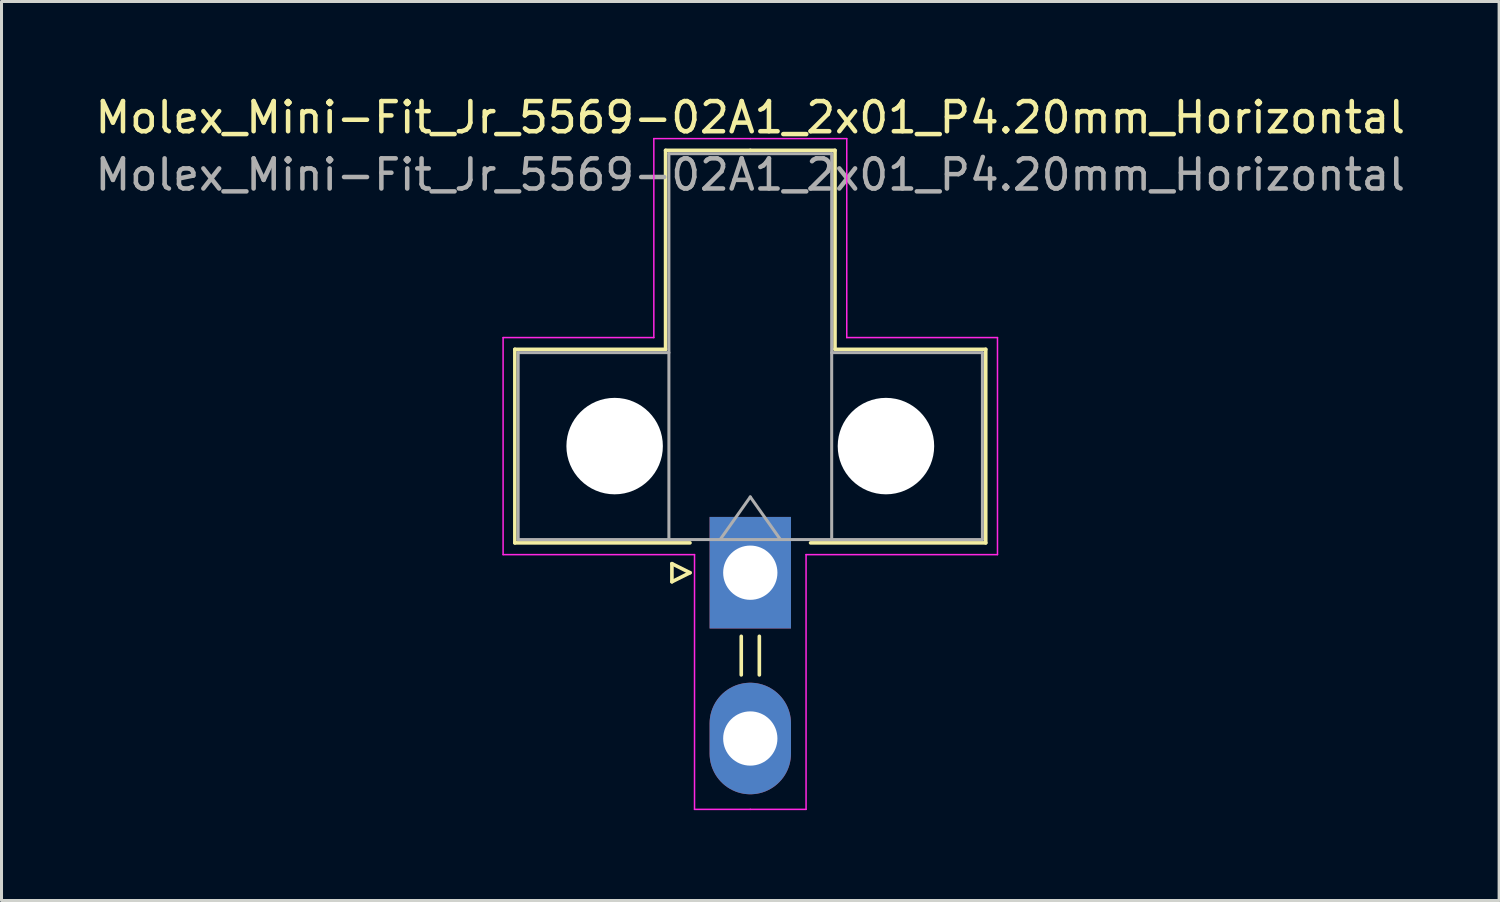
<source format=kicad_pcb>
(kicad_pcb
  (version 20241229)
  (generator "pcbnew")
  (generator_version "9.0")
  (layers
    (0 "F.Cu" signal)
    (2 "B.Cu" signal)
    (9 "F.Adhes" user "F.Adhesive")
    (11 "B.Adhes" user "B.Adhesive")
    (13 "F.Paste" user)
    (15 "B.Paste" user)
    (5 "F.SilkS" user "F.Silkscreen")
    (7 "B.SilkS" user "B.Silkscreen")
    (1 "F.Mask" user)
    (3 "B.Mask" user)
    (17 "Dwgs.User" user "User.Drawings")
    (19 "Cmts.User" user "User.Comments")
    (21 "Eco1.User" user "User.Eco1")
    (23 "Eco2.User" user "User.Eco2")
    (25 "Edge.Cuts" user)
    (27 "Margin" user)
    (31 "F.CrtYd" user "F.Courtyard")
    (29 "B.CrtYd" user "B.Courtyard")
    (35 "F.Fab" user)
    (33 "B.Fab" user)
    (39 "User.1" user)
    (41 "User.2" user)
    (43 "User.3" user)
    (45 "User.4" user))
  (footprint "Molex_Mini-Fit_Jr_5569-02A1_2x01_P4.20mm_Horizontal"
    (layer "F.Cu")
    (at 21.839 15.948)
    (property "Reference" "Molex_Mini-Fit_Jr_5569-02A1_2x01_P4.20mm_Horizontal" (at 0 -15.1 0) (layer "F.SilkS") (effects (font (size 1 1) (thickness 0.15))))
    (attr through_hole)
    (fp_line (start -7.81 -7.41) (end -7.81 -0.99) (stroke (width 0.12) (type solid)) (layer "F.SilkS"))
    (fp_line (start -7.81 -0.99) (end -2 -0.99) (stroke (width 0.12) (type solid)) (layer "F.SilkS"))
    (fp_line (start -2.81 -14.01) (end -2.81 -7.41) (stroke (width 0.12) (type solid)) (layer "F.SilkS"))
    (fp_line (start -2.81 -7.41) (end -7.81 -7.41) (stroke (width 0.12) (type solid)) (layer "F.SilkS"))
    (fp_line (start -2.6 -0.3) (end -2 0) (stroke (width 0.12) (type solid)) (layer "F.SilkS"))
    (fp_line (start -2.6 0.3) (end -2.6 -0.3) (stroke (width 0.12) (type solid)) (layer "F.SilkS"))
    (fp_line (start -2 0) (end -2.6 0.3) (stroke (width 0.12) (type solid)) (layer "F.SilkS"))
    (fp_line (start -0.3 2.11) (end -0.3 3.39) (stroke (width 0.12) (type solid)) (layer "F.SilkS"))
    (fp_line (start 0 -14.01) (end -2.81 -14.01) (stroke (width 0.12) (type solid)) (layer "F.SilkS"))
    (fp_line (start 0 -14.01) (end 2.81 -14.01) (stroke (width 0.12) (type solid)) (layer "F.SilkS"))
    (fp_line (start 0.3 2.11) (end 0.3 3.39) (stroke (width 0.12) (type solid)) (layer "F.SilkS"))
    (fp_line (start 2.81 -14.01) (end 2.81 -7.41) (stroke (width 0.12) (type solid)) (layer "F.SilkS"))
    (fp_line (start 2.81 -7.41) (end 7.81 -7.41) (stroke (width 0.12) (type solid)) (layer "F.SilkS"))
    (fp_line (start 7.81 -7.41) (end 7.81 -0.99) (stroke (width 0.12) (type solid)) (layer "F.SilkS"))
    (fp_line (start 7.81 -0.99) (end 2 -0.99) (stroke (width 0.12) (type solid)) (layer "F.SilkS"))
    (fp_line (start -8.2 -7.8) (end -8.2 -0.6) (stroke (width 0.05) (type solid)) (layer "F.CrtYd"))
    (fp_line (start -8.2 -0.6) (end -1.85 -0.6) (stroke (width 0.05) (type solid)) (layer "F.CrtYd"))
    (fp_line (start -3.2 -14.4) (end -3.2 -7.8) (stroke (width 0.05) (type solid)) (layer "F.CrtYd"))
    (fp_line (start -3.2 -7.8) (end -8.2 -7.8) (stroke (width 0.05) (type solid)) (layer "F.CrtYd"))
    (fp_line (start -1.85 -0.6) (end -1.85 7.85) (stroke (width 0.05) (type solid)) (layer "F.CrtYd"))
    (fp_line (start -1.85 7.85) (end 0 7.85) (stroke (width 0.05) (type solid)) (layer "F.CrtYd"))
    (fp_line (start 0 -14.4) (end -3.2 -14.4) (stroke (width 0.05) (type solid)) (layer "F.CrtYd"))
    (fp_line (start 0 -14.4) (end 3.2 -14.4) (stroke (width 0.05) (type solid)) (layer "F.CrtYd"))
    (fp_line (start 1.85 -0.6) (end 1.85 7.85) (stroke (width 0.05) (type solid)) (layer "F.CrtYd"))
    (fp_line (start 1.85 7.85) (end 0 7.85) (stroke (width 0.05) (type solid)) (layer "F.CrtYd"))
    (fp_line (start 3.2 -14.4) (end 3.2 -7.8) (stroke (width 0.05) (type solid)) (layer "F.CrtYd"))
    (fp_line (start 3.2 -7.8) (end 8.2 -7.8) (stroke (width 0.05) (type solid)) (layer "F.CrtYd"))
    (fp_line (start 8.2 -7.8) (end 8.2 -0.6) (stroke (width 0.05) (type solid)) (layer "F.CrtYd"))
    (fp_line (start 8.2 -0.6) (end 1.85 -0.6) (stroke (width 0.05) (type solid)) (layer "F.CrtYd"))
    (fp_line (start -7.7 -7.3) (end -7.7 -1.1) (stroke (width 0.1) (type solid)) (layer "F.Fab"))
    (fp_line (start -7.7 -1.1) (end -2.7 -1.1) (stroke (width 0.1) (type solid)) (layer "F.Fab"))
    (fp_line (start -2.7 -13.9) (end -2.7 -1.1) (stroke (width 0.1) (type solid)) (layer "F.Fab"))
    (fp_line (start -2.7 -7.3) (end -7.7 -7.3) (stroke (width 0.1) (type solid)) (layer "F.Fab"))
    (fp_line (start -2.7 -1.1) (end 2.7 -1.1) (stroke (width 0.1) (type solid)) (layer "F.Fab"))
    (fp_line (start -1 -1.1) (end 0 -2.514) (stroke (width 0.1) (type solid)) (layer "F.Fab"))
    (fp_line (start 0 -2.514) (end 1 -1.1) (stroke (width 0.1) (type solid)) (layer "F.Fab"))
    (fp_line (start 2.7 -13.9) (end -2.7 -13.9) (stroke (width 0.1) (type solid)) (layer "F.Fab"))
    (fp_line (start 2.7 -7.3) (end 7.7 -7.3) (stroke (width 0.1) (type solid)) (layer "F.Fab"))
    (fp_line (start 2.7 -1.1) (end 2.7 -13.9) (stroke (width 0.1) (type solid)) (layer "F.Fab"))
    (fp_line (start 7.7 -7.3) (end 7.7 -1.1) (stroke (width 0.1) (type solid)) (layer "F.Fab"))
    (fp_line (start 7.7 -1.1) (end 2.7 -1.1) (stroke (width 0.1) (type solid)) (layer "F.Fab"))
    (fp_text user "${REFERENCE}" (at 0 -13.2 0) (layer "F.Fab") (effects (font (size 1 1) (thickness 0.15))))
    (pad "" np_thru_hole circle (at -4.5 -4.2) (size 3.2 3.2) (drill 3.2) (layers "*.Cu" "*.Mask"))
    (pad "" np_thru_hole circle (at 4.5 -4.2) (size 3.2 3.2) (drill 3.2) (layers "*.Cu" "*.Mask"))
    (pad "1" thru_hole rect (at 0 0) (size 2.7 3.7) (drill 1.8) (layers "*.Cu" "*.Mask"))
    (pad "2" thru_hole oval (at 0 5.5) (size 2.7 3.7) (drill 1.8) (layers "*.Cu" "*.Mask")))
  (gr_rect
    (start -3 -3)
    (end 46.679 26.823)
    (stroke (width 0.1) (type default))
    (fill no)
    (layer "Edge.Cuts")))
</source>
